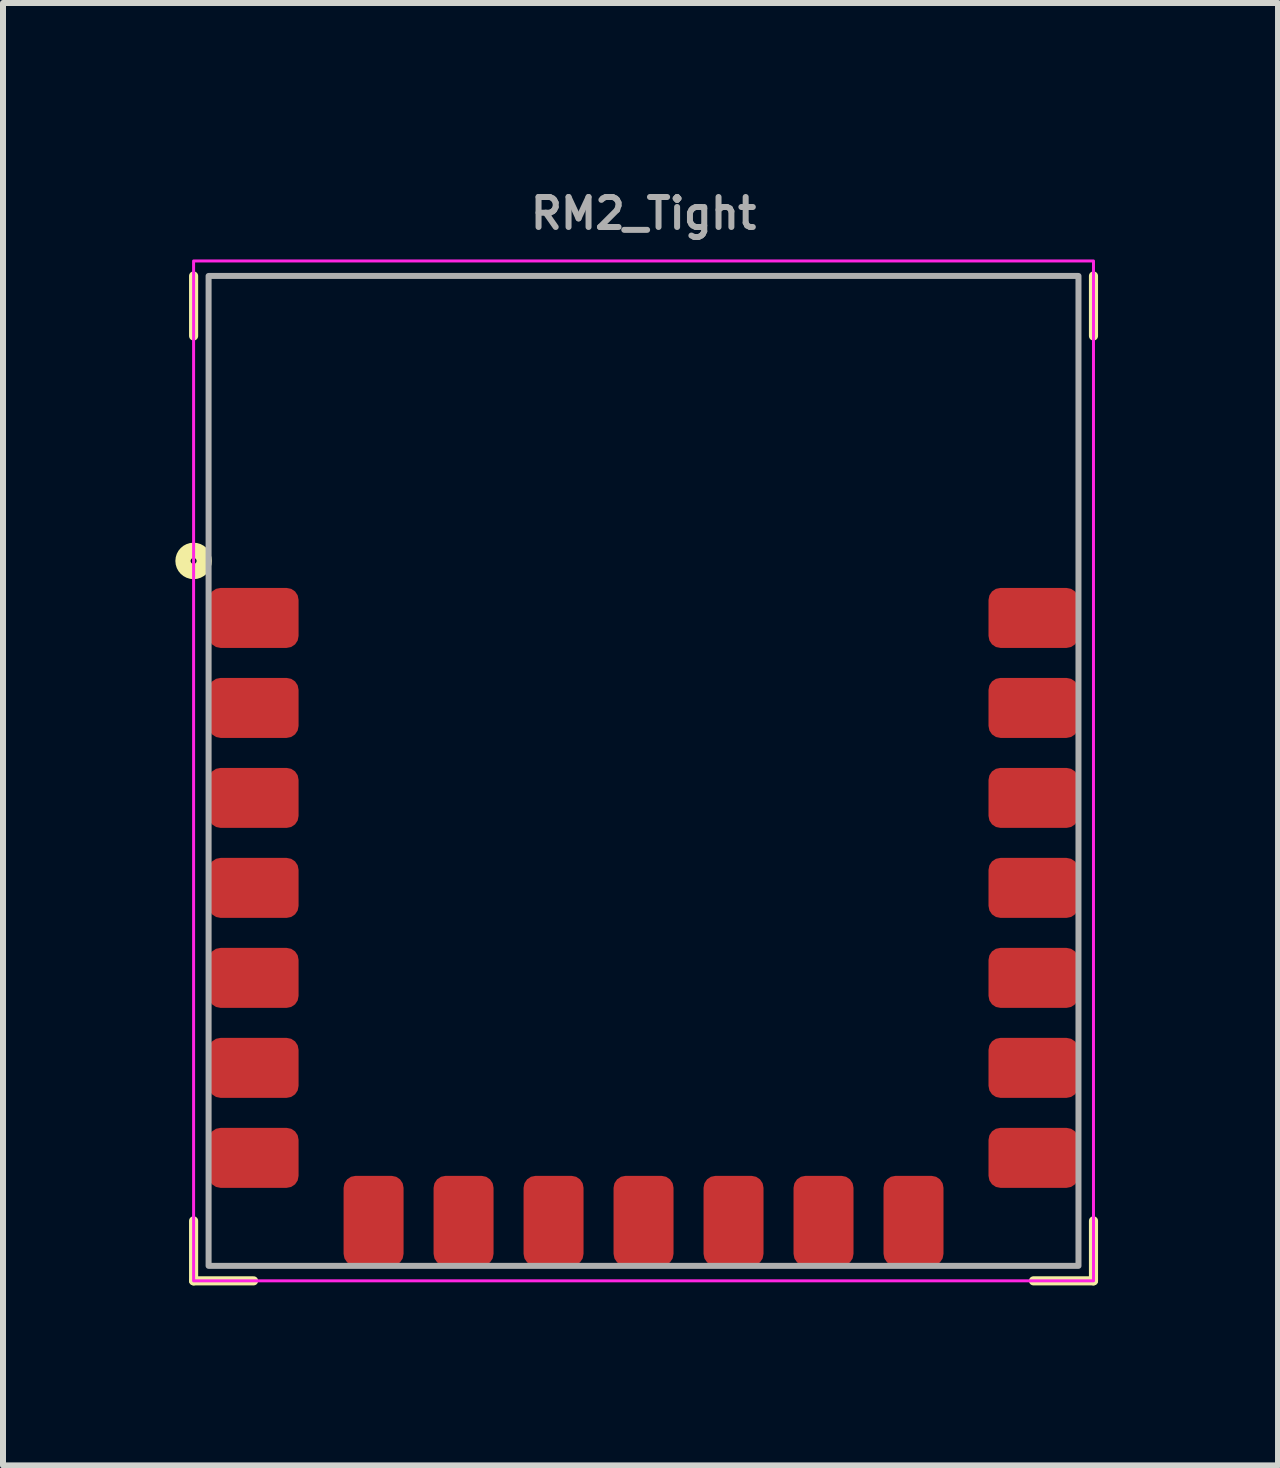
<source format=kicad_pcb>
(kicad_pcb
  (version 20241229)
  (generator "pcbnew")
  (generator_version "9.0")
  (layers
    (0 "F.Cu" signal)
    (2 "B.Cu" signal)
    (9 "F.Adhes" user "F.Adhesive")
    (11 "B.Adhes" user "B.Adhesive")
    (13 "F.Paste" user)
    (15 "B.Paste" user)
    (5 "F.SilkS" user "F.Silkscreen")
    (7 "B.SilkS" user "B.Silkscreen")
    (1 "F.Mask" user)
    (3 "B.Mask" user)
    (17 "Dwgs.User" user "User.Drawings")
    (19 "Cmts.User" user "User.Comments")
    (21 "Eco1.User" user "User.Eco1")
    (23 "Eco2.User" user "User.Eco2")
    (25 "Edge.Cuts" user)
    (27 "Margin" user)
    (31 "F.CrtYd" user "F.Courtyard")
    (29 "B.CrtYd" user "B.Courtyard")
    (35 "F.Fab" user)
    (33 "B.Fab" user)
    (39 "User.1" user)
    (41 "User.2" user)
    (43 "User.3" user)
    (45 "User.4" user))
  (footprint "RM2_Tight"
    (layer "F.Cu")
    (at 7.677 9.8)
    (property "Reference" "RM2_Tight" (at 0 -9 180) (layer "F.Fab") (effects (font (size 0.5 0.5) (thickness 0.1) (bold yes)) (justify bottom)))
    (fp_line (start -7.5 -8.25) (end -7.5 -7.25) (stroke (width 0.152) (type solid)) (layer "F.SilkS"))
    (fp_line (start -7.5 8.5) (end -7.5 7.5) (stroke (width 0.152) (type solid)) (layer "F.SilkS"))
    (fp_line (start -6.5 8.5) (end -7.5 8.5) (stroke (width 0.152) (type solid)) (layer "F.SilkS"))
    (fp_line (start 6.5 8.5) (end 7.5 8.5) (stroke (width 0.152) (type solid)) (layer "F.SilkS"))
    (fp_line (start 7.5 -7.25) (end 7.5 -8.25) (stroke (width 0.152) (type solid)) (layer "F.SilkS"))
    (fp_line (start 7.5 7.5) (end 7.5 8.5) (stroke (width 0.152) (type solid)) (layer "F.SilkS"))
    (fp_circle (center -7.5 -3.5) (end -7.45 -3.5) (stroke (width 0.254) (type solid)) (fill no) (layer "F.SilkS"))
    (fp_rect (start 7.5 -8.5) (end -7.5 8.5) (stroke (width 0.05) (type default)) (fill no) (layer "F.CrtYd"))
    (fp_rect (start -7.25 -8.25) (end 7.25 8.25) (stroke (width 0.1) (type default)) (fill no) (layer "F.Fab"))
    (pad "A1" smd roundrect (at -6.5 -2.55 90) (size 1 1.5) (layers "F.Cu" "F.Mask" "F.Paste") (roundrect_rratio 0.2))
    (pad "A2" smd roundrect (at -6.5 -1.05 90) (size 1 1.5) (layers "F.Cu" "F.Mask" "F.Paste") (roundrect_rratio 0.2))
    (pad "A3" smd roundrect (at -6.5 0.45 90) (size 1 1.5) (layers "F.Cu" "F.Mask" "F.Paste") (roundrect_rratio 0.2))
    (pad "A4" smd roundrect (at -6.5 1.95 90) (size 1 1.5) (layers "F.Cu" "F.Mask" "F.Paste") (roundrect_rratio 0.2))
    (pad "A5" smd roundrect (at -6.5 3.45 90) (size 1 1.5) (layers "F.Cu" "F.Mask" "F.Paste") (roundrect_rratio 0.2))
    (pad "A6" smd roundrect (at -6.5 4.95 90) (size 1 1.5) (layers "F.Cu" "F.Mask" "F.Paste") (roundrect_rratio 0.2))
    (pad "A7" smd roundrect (at -6.5 6.45 90) (size 1 1.5) (layers "F.Cu" "F.Mask" "F.Paste") (roundrect_rratio 0.2))
    (pad "B1" smd roundrect (at -4.5 7.5) (size 1 1.5) (layers "F.Cu" "F.Mask" "F.Paste") (roundrect_rratio 0.2))
    (pad "B2" smd roundrect (at -3 7.5) (size 1 1.5) (layers "F.Cu" "F.Mask" "F.Paste") (roundrect_rratio 0.2))
    (pad "B3" smd roundrect (at -1.5 7.5) (size 1 1.5) (layers "F.Cu" "F.Mask" "F.Paste") (roundrect_rratio 0.2))
    (pad "B4" smd roundrect (at 0 7.5) (size 1 1.5) (layers "F.Cu" "F.Mask" "F.Paste") (roundrect_rratio 0.2))
    (pad "B5" smd roundrect (at 1.5 7.5) (size 1 1.5) (layers "F.Cu" "F.Mask" "F.Paste") (roundrect_rratio 0.2))
    (pad "B6" smd roundrect (at 3 7.5) (size 1 1.5) (layers "F.Cu" "F.Mask" "F.Paste") (roundrect_rratio 0.2))
    (pad "B7" smd roundrect (at 4.5 7.5) (size 1 1.5) (layers "F.Cu" "F.Mask" "F.Paste") (roundrect_rratio 0.2))
    (pad "C1" smd roundrect (at 6.5 6.45 90) (size 1 1.5) (layers "F.Cu" "F.Mask" "F.Paste") (roundrect_rratio 0.2))
    (pad "C2" smd roundrect (at 6.5 4.95 90) (size 1 1.5) (layers "F.Cu" "F.Mask" "F.Paste") (roundrect_rratio 0.2))
    (pad "C3" smd roundrect (at 6.5 3.45 90) (size 1 1.5) (layers "F.Cu" "F.Mask" "F.Paste") (roundrect_rratio 0.2))
    (pad "C4" smd roundrect (at 6.5 1.95 90) (size 1 1.5) (layers "F.Cu" "F.Mask" "F.Paste") (roundrect_rratio 0.2))
    (pad "C5" smd roundrect (at 6.5 0.45 90) (size 1 1.5) (layers "F.Cu" "F.Mask" "F.Paste") (roundrect_rratio 0.2))
    (pad "C6" smd roundrect (at 6.5 -1.05 90) (size 1 1.5) (layers "F.Cu" "F.Mask" "F.Paste") (roundrect_rratio 0.2))
    (pad "C7" smd roundrect (at 6.5 -2.55 90) (size 1 1.5) (layers "F.Cu" "F.Mask" "F.Paste") (roundrect_rratio 0.2)))
  (gr_rect
    (start -3 -3)
    (end 18.253 21.376)
    (stroke (width 0.1) (type default))
    (fill no)
    (layer "Edge.Cuts")))
</source>
